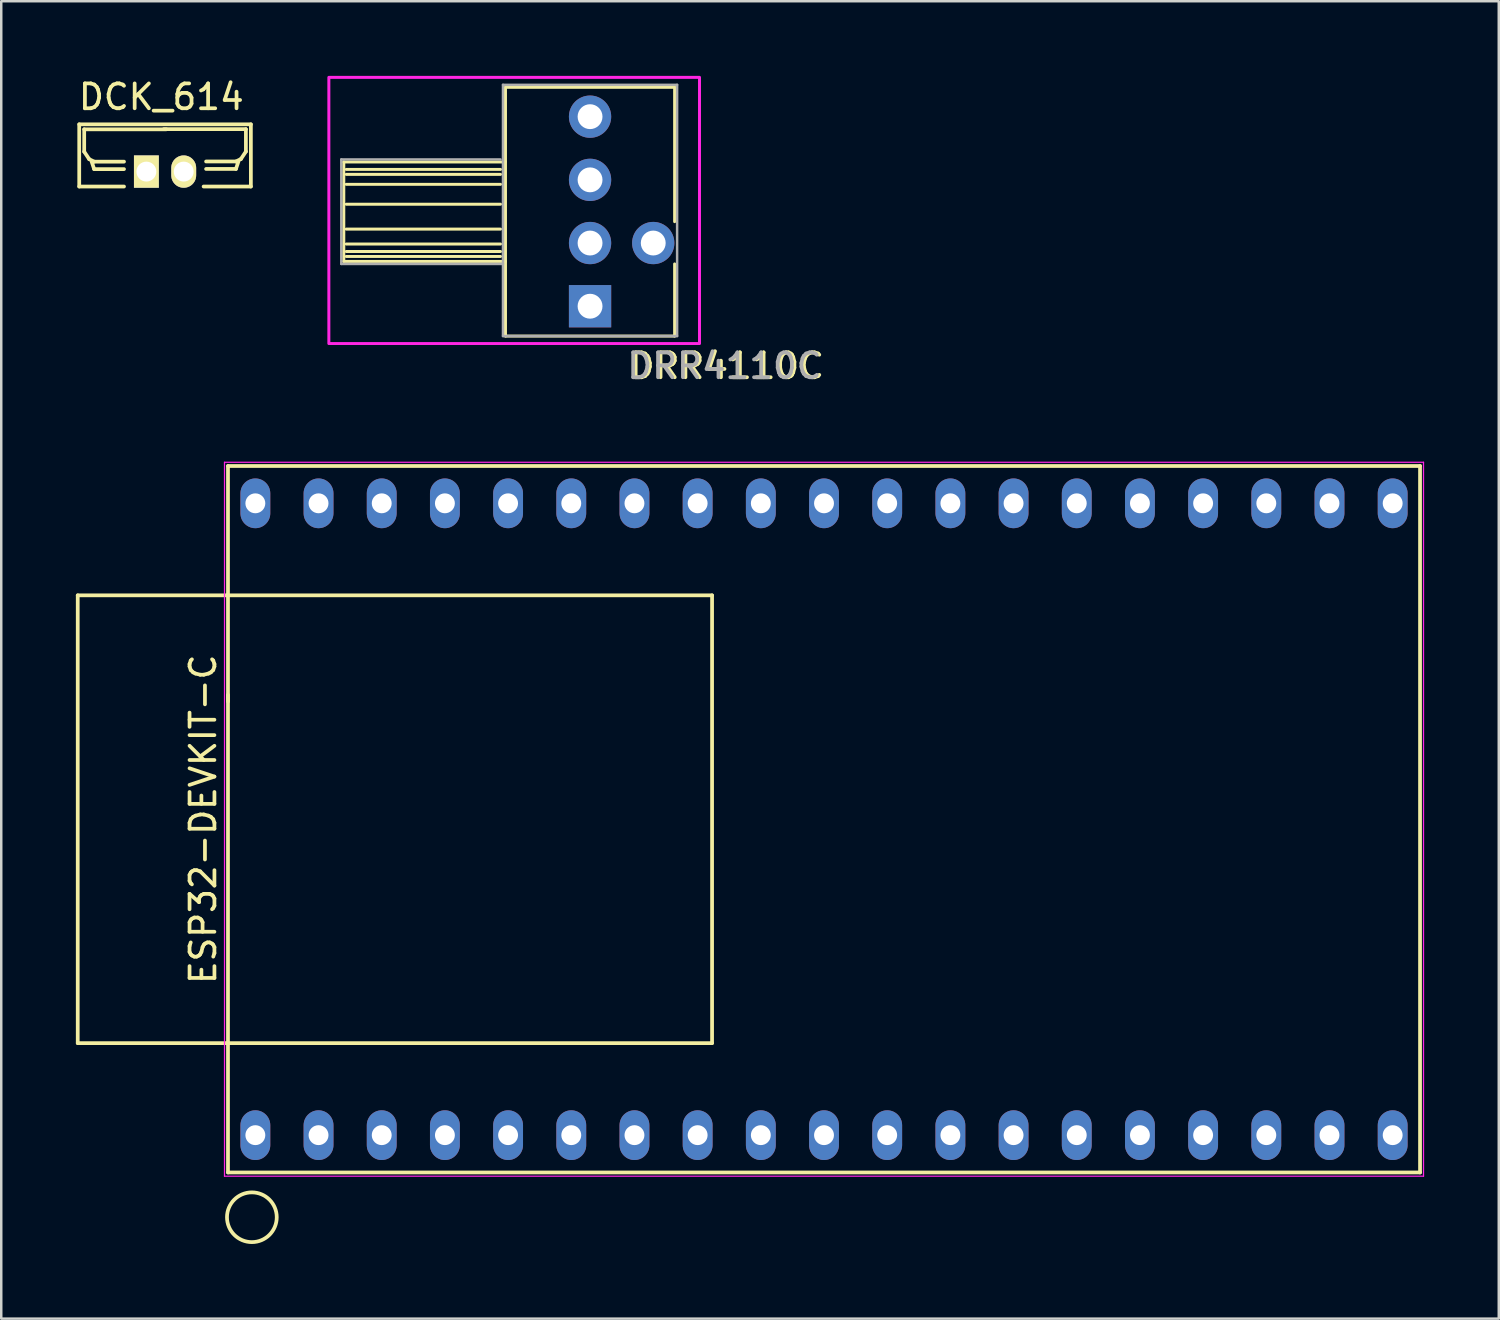
<source format=kicad_pcb>
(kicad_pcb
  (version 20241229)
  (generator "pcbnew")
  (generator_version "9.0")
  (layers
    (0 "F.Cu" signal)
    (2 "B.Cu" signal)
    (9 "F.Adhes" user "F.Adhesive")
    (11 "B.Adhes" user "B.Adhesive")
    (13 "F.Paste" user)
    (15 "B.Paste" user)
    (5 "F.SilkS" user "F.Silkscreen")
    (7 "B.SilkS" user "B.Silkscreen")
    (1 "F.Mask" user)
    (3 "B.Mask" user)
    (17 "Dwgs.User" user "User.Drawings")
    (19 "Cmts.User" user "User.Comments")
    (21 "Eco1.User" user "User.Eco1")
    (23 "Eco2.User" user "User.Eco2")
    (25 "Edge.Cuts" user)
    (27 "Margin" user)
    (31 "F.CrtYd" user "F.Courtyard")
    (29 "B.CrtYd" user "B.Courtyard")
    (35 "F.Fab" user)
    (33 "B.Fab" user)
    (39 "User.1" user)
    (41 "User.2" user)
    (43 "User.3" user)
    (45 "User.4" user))
  (footprint "DRR4110C"
    (layer "F.Cu")
    (at 20.67 9.26)
    (property "Reference" "DRR4110C" (at 5.5 2.4 0) (layer "F.SilkS") (effects (font (size 1 1) (thickness 0.15))))
    (attr through_hole)
    (fp_line (start -9.9 -5.8) (end -9.9 -1.8) (stroke (width 0.12) (type solid)) (layer "F.SilkS"))
    (fp_line (start -9.9 -1.8) (end -3.4 -1.8) (stroke (width 0.12) (type solid)) (layer "F.SilkS"))
    (fp_line (start -9.8 -5.5) (end -3.6 -5.5) (stroke (width 0.12) (type solid)) (layer "F.SilkS"))
    (fp_line (start -9.8 -5.3) (end -3.6 -5.3) (stroke (width 0.12) (type solid)) (layer "F.SilkS"))
    (fp_line (start -9.8 -4.9) (end -3.6 -4.9) (stroke (width 0.12) (type solid)) (layer "F.SilkS"))
    (fp_line (start -9.8 -4.1) (end -3.6 -4.1) (stroke (width 0.12) (type solid)) (layer "F.SilkS"))
    (fp_line (start -9.8 -3.1) (end -3.6 -3.1) (stroke (width 0.12) (type solid)) (layer "F.SilkS"))
    (fp_line (start -9.8 -2.5) (end -3.6 -2.5) (stroke (width 0.12) (type solid)) (layer "F.SilkS"))
    (fp_line (start -9.8 -2.2) (end -3.6 -2.2) (stroke (width 0.12) (type solid)) (layer "F.SilkS"))
    (fp_line (start -9.8 -2) (end -3.6 -2) (stroke (width 0.12) (type solid)) (layer "F.SilkS"))
    (fp_line (start -3.4 -8.8) (end -3.4 1.2) (stroke (width 0.12) (type solid)) (layer "F.SilkS"))
    (fp_line (start -3.4 -8.8) (end 3.4 -8.8) (stroke (width 0.12) (type solid)) (layer "F.SilkS"))
    (fp_line (start -3.4 -5.8) (end -9.9 -5.8) (stroke (width 0.12) (type solid)) (layer "F.SilkS"))
    (fp_line (start 3.4 -8.8) (end 3.4 -3.4) (stroke (width 0.12) (type solid)) (layer "F.SilkS"))
    (fp_line (start 3.4 -1.7) (end 3.4 1.2) (stroke (width 0.12) (type solid)) (layer "F.SilkS"))
    (fp_line (start 3.4 1.2) (end -3.4 1.2) (stroke (width 0.12) (type solid)) (layer "F.SilkS"))
    (fp_rect (start -10.5 -9.2) (end 4.4 1.5) (stroke (width 0.12) (type solid)) (fill no) (layer "F.CrtYd"))
    (fp_line (start -10 -5.9) (end -10 -1.7) (stroke (width 0.1) (type solid)) (layer "F.Fab"))
    (fp_line (start -10 -1.7) (end -3.5 -1.7) (stroke (width 0.1) (type solid)) (layer "F.Fab"))
    (fp_line (start -3.6 -5.9) (end -10 -5.9) (stroke (width 0.1) (type solid)) (layer "F.Fab"))
    (fp_line (start -3.5 -8.9) (end 3.5 -8.9) (stroke (width 0.1) (type solid)) (layer "F.Fab"))
    (fp_line (start -3.5 1.2) (end -3.5 -8.9) (stroke (width 0.1) (type solid)) (layer "F.Fab"))
    (fp_line (start 3.5 -8.9) (end 3.5 1.2) (stroke (width 0.1) (type solid)) (layer "F.Fab"))
    (fp_line (start 3.5 1.2) (end -3.5 1.2) (stroke (width 0.1) (type solid)) (layer "F.Fab"))
    (fp_text user "${REFERENCE}" (at 5.4 2.4 180) (layer "F.Fab") (effects (font (size 1 1) (thickness 0.15))))
    (pad "1" thru_hole rect (at 0 0) (size 1.7 1.7) (drill 1) (layers "*.Cu" "*.Mask"))
    (pad "2" thru_hole oval (at 0 -2.54) (size 1.7 1.7) (drill 1) (layers "*.Cu" "*.Mask"))
    (pad "4" thru_hole oval (at 0 -5.08) (size 1.7 1.7) (drill 1) (layers "*.Cu" "*.Mask"))
    (pad "8" thru_hole oval (at 0 -7.62) (size 1.7 1.7) (drill 1) (layers "*.Cu" "*.Mask"))
    (pad "C" thru_hole oval (at 2.54 -2.54) (size 1.7 1.7) (drill 1) (layers "*.Cu" "*.Mask")))
  (footprint "ESP32-DEVKIT-C"
    (layer "F.Cu")
    (at 30.075 29.883)
    (property "Reference" "ESP32-DEVKIT-C" (at -24.96 0 90) (layer "F.SilkS") (effects (font (size 1 1) (thickness 0.15))))
    (attr through_hole)
    (fp_line (start -30 -9) (end -30 9) (stroke (width 0.15) (type solid)) (layer "F.SilkS"))
    (fp_line (start -30 -9) (end -24 -9) (stroke (width 0.15) (type solid)) (layer "F.SilkS"))
    (fp_line (start -30 9) (end -24 9) (stroke (width 0.15) (type solid)) (layer "F.SilkS"))
    (fp_line (start -24 9) (end -4.5 9) (stroke (width 0.15) (type solid)) (layer "F.SilkS"))
    (fp_line (start -23.96 -14.2) (end -23.96 -4.733) (stroke (width 0.15) (type solid)) (layer "F.SilkS"))
    (fp_line (start -23.96 -5) (end -23.96 14.2) (stroke (width 0.15) (type solid)) (layer "F.SilkS"))
    (fp_line (start -23.96 14.2) (end 23.96 14.2) (stroke (width 0.15) (type solid)) (layer "F.SilkS"))
    (fp_line (start -4.5 -9) (end -24 -9) (stroke (width 0.15) (type solid)) (layer "F.SilkS"))
    (fp_line (start -4.5 -9) (end -4.5 9) (stroke (width 0.15) (type solid)) (layer "F.SilkS"))
    (fp_line (start 23.96 -14.2) (end -23.96 -14.2) (stroke (width 0.15) (type solid)) (layer "F.SilkS"))
    (fp_line (start 23.96 14.2) (end 23.96 -14.2) (stroke (width 0.15) (type solid)) (layer "F.SilkS"))
    (fp_circle (center -23 16) (end -23 15) (stroke (width 0.15) (type solid)) (fill no) (layer "F.SilkS"))
    (fp_line (start -24.1 -14.35) (end 24.1 -14.35) (stroke (width 0.05) (type solid)) (layer "F.CrtYd"))
    (fp_line (start -24.1 14.35) (end -24.1 -14.35) (stroke (width 0.05) (type solid)) (layer "F.CrtYd"))
    (fp_line (start 24.1 -14.35) (end 24.1 14.35) (stroke (width 0.05) (type solid)) (layer "F.CrtYd"))
    (fp_line (start 24.1 14.35) (end -24.1 14.35) (stroke (width 0.05) (type solid)) (layer "F.CrtYd"))
    (pad "1" thru_hole oval (at -22.86 12.7) (size 1.2 2) (drill 0.8) (layers "*.Cu" "*.Mask"))
    (pad "2" thru_hole oval (at -20.32 12.7) (size 1.2 2) (drill 0.8) (layers "*.Cu" "*.Mask"))
    (pad "3" thru_hole oval (at -17.78 12.7) (size 1.2 2) (drill 0.8) (layers "*.Cu" "*.Mask"))
    (pad "4" thru_hole oval (at -15.24 12.7) (size 1.2 2) (drill 0.8) (layers "*.Cu" "*.Mask"))
    (pad "5" thru_hole oval (at -12.7 12.7) (size 1.2 2) (drill 0.8) (layers "*.Cu" "*.Mask"))
    (pad "6" thru_hole oval (at -10.16 12.7) (size 1.2 2) (drill 0.8) (layers "*.Cu" "*.Mask"))
    (pad "7" thru_hole oval (at -7.62 12.7) (size 1.2 2) (drill 0.8) (layers "*.Cu" "*.Mask"))
    (pad "8" thru_hole oval (at -5.08 12.7) (size 1.2 2) (drill 0.8) (layers "*.Cu" "*.Mask"))
    (pad "9" thru_hole oval (at -2.54 12.7) (size 1.2 2) (drill 0.8) (layers "*.Cu" "*.Mask"))
    (pad "10" thru_hole oval (at 0 12.7) (size 1.2 2) (drill 0.8) (layers "*.Cu" "*.Mask"))
    (pad "11" thru_hole oval (at 2.54 12.7) (size 1.2 2) (drill 0.8) (layers "*.Cu" "*.Mask"))
    (pad "12" thru_hole oval (at 5.08 12.7) (size 1.2 2) (drill 0.8) (layers "*.Cu" "*.Mask"))
    (pad "13" thru_hole oval (at 7.62 12.7) (size 1.2 2) (drill 0.8) (layers "*.Cu" "*.Mask"))
    (pad "14" thru_hole oval (at 10.16 12.7) (size 1.2 2) (drill 0.8) (layers "*.Cu" "*.Mask"))
    (pad "15" thru_hole oval (at 12.7 12.7) (size 1.2 2) (drill 0.8) (layers "*.Cu" "*.Mask"))
    (pad "16" thru_hole oval (at 15.24 12.7) (size 1.2 2) (drill 0.8) (layers "*.Cu" "*.Mask"))
    (pad "17" thru_hole oval (at 17.78 12.7) (size 1.2 2) (drill 0.8) (layers "*.Cu" "*.Mask"))
    (pad "18" thru_hole oval (at 20.32 12.7) (size 1.2 2) (drill 0.8) (layers "*.Cu" "*.Mask"))
    (pad "19" thru_hole oval (at 22.86 12.7) (size 1.2 2) (drill 0.8) (layers "*.Cu" "*.Mask"))
    (pad "20" thru_hole oval (at 22.86 -12.7) (size 1.2 2) (drill 0.8) (layers "*.Cu" "*.Mask"))
    (pad "21" thru_hole oval (at 20.32 -12.7) (size 1.2 2) (drill 0.8) (layers "*.Cu" "*.Mask"))
    (pad "22" thru_hole oval (at 17.78 -12.7) (size 1.2 2) (drill 0.8) (layers "*.Cu" "*.Mask"))
    (pad "23" thru_hole oval (at 15.24 -12.7) (size 1.2 2) (drill 0.8) (layers "*.Cu" "*.Mask"))
    (pad "24" thru_hole oval (at 12.7 -12.7) (size 1.2 2) (drill 0.8) (layers "*.Cu" "*.Mask"))
    (pad "25" thru_hole oval (at 10.16 -12.7) (size 1.2 2) (drill 0.8) (layers "*.Cu" "*.Mask"))
    (pad "26" thru_hole oval (at 7.62 -12.7) (size 1.2 2) (drill 0.8) (layers "*.Cu" "*.Mask"))
    (pad "27" thru_hole oval (at 5.08 -12.7) (size 1.2 2) (drill 0.8) (layers "*.Cu" "*.Mask"))
    (pad "28" thru_hole oval (at 2.54 -12.7) (size 1.2 2) (drill 0.8) (layers "*.Cu" "*.Mask"))
    (pad "29" thru_hole oval (at 0 -12.7) (size 1.2 2) (drill 0.8) (layers "*.Cu" "*.Mask"))
    (pad "30" thru_hole oval (at -2.54 -12.7) (size 1.2 2) (drill 0.8) (layers "*.Cu" "*.Mask"))
    (pad "31" thru_hole oval (at -5.08 -12.7) (size 1.2 2) (drill 0.8) (layers "*.Cu" "*.Mask"))
    (pad "32" thru_hole oval (at -7.62 -12.7) (size 1.2 2) (drill 0.8) (layers "*.Cu" "*.Mask"))
    (pad "33" thru_hole oval (at -10.16 -12.7) (size 1.2 2) (drill 0.8) (layers "*.Cu" "*.Mask"))
    (pad "34" thru_hole oval (at -12.7 -12.7) (size 1.2 2) (drill 0.8) (layers "*.Cu" "*.Mask"))
    (pad "35" thru_hole oval (at -15.24 -12.7) (size 1.2 2) (drill 0.8) (layers "*.Cu" "*.Mask"))
    (pad "36" thru_hole oval (at -17.78 -12.7) (size 1.2 2) (drill 0.8) (layers "*.Cu" "*.Mask"))
    (pad "37" thru_hole oval (at -20.32 -12.7) (size 1.2 2) (drill 0.8) (layers "*.Cu" "*.Mask"))
    (pad "38" thru_hole oval (at -22.86 -12.7) (size 1.2 2) (drill 0.8) (layers "*.Cu" "*.Mask")))
  (footprint "DCK_614"
    (layer "F.Cu")
    (at 2.835 3.848)
    (property "Reference" "DCK_614" (at 0.6 -3 0) (layer "F.SilkS") (effects (font (size 1 1) (thickness 0.15))))
    (attr through_hole)
    (fp_line (start -2.7 -1.9) (end 4.2 -1.9) (stroke (width 0.15) (type solid)) (layer "F.SilkS"))
    (fp_line (start -2.7 0.6) (end -2.7 -1.9) (stroke (width 0.15) (type solid)) (layer "F.SilkS"))
    (fp_line (start -2.7 0.6) (end -0.9 0.6) (stroke (width 0.15) (type solid)) (layer "F.SilkS"))
    (fp_line (start -2.5 -1.7) (end -2.5 -0.8) (stroke (width 0.15) (type solid)) (layer "F.SilkS"))
    (fp_line (start -2.5 -1.7) (end 0.8 -1.7) (stroke (width 0.15) (type solid)) (layer "F.SilkS"))
    (fp_line (start -2.5 -0.8) (end -2.3 -0.5) (stroke (width 0.15) (type solid)) (layer "F.SilkS"))
    (fp_line (start -2.3 -0.5) (end -2.1 -0.4) (stroke (width 0.15) (type solid)) (layer "F.SilkS"))
    (fp_line (start -2.2 -0.4) (end -2.1 -0.1) (stroke (width 0.15) (type solid)) (layer "F.SilkS"))
    (fp_line (start -2.1 -0.4) (end -0.9 -0.4) (stroke (width 0.15) (type solid)) (layer "F.SilkS"))
    (fp_line (start -2.1 -0.1) (end -0.9 -0.1) (stroke (width 0.15) (type solid)) (layer "F.SilkS"))
    (fp_line (start 3.6 -0.406) (end 2.4 -0.406) (stroke (width 0.15) (type solid)) (layer "F.SilkS"))
    (fp_line (start 3.6 -0.106) (end 2.4 -0.106) (stroke (width 0.15) (type solid)) (layer "F.SilkS"))
    (fp_line (start 3.7 -0.406) (end 3.6 -0.106) (stroke (width 0.15) (type solid)) (layer "F.SilkS"))
    (fp_line (start 3.8 -0.506) (end 3.6 -0.406) (stroke (width 0.15) (type solid)) (layer "F.SilkS"))
    (fp_line (start 4 -1.706) (end 0.7 -1.706) (stroke (width 0.15) (type solid)) (layer "F.SilkS"))
    (fp_line (start 4 -1.706) (end 4 -0.806) (stroke (width 0.15) (type solid)) (layer "F.SilkS"))
    (fp_line (start 4 -0.806) (end 3.8 -0.506) (stroke (width 0.15) (type solid)) (layer "F.SilkS"))
    (fp_line (start 4.2 -1.9) (end 4.2 0.6) (stroke (width 0.15) (type solid)) (layer "F.SilkS"))
    (fp_line (start 4.2 0.6) (end 2.3 0.6) (stroke (width 0.15) (type solid)) (layer "F.SilkS"))
    (pad "1" thru_hole rect (at 0 0) (size 1 1.3) (drill 0.8) (layers "*.Cu" "*.Mask" "F.SilkS"))
    (pad "2" thru_hole oval (at 1.5 0) (size 1 1.3) (drill 0.8) (layers "*.Cu" "*.Mask" "F.SilkS")))
  (gr_rect
    (start -3 -3)
    (end 57.2 49.958)
    (stroke (width 0.1) (type default))
    (fill no)
    (layer "Edge.Cuts")))
</source>
